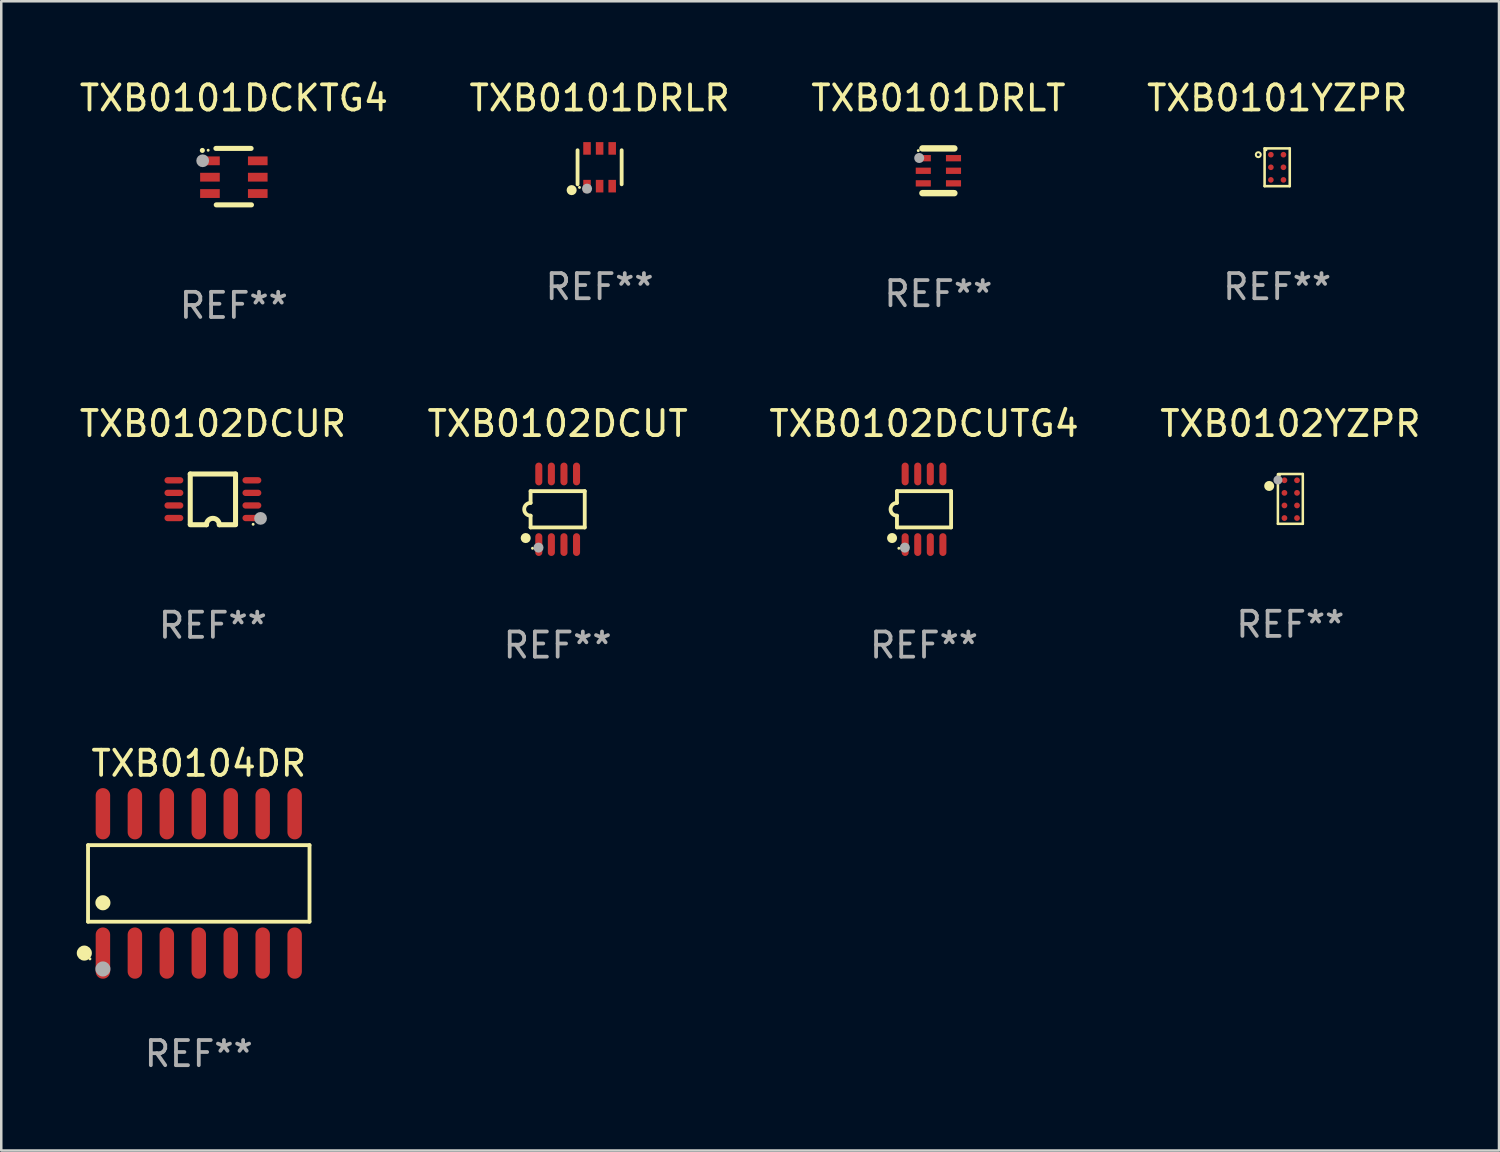
<source format=kicad_pcb>
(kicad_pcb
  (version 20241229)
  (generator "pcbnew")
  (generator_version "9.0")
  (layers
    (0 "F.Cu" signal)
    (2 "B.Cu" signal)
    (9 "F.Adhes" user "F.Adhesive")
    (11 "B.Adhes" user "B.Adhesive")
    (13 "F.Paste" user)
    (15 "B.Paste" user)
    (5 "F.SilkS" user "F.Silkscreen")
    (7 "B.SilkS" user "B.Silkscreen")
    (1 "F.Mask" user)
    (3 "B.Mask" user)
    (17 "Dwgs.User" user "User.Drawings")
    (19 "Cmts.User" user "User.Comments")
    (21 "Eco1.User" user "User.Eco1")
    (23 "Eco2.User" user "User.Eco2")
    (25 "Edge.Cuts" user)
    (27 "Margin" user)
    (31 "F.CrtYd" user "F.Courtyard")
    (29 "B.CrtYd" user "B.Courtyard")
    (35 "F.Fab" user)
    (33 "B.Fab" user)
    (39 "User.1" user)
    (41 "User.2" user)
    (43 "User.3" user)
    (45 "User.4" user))
  (footprint "TXB0101DCKTG4"
    (layer "F.Cu")
    (at 6.244 3.97)
    (property "Reference" "TXB0101DCKTG4" (at 0 -3.122 0) (layer "F.SilkS") (effects (font (size 1 1) (thickness 0.15))))
    (attr through_hole)
    (fp_line (start 0.686 -1.122) (end -0.714 -1.122) (stroke (width 0.2) (type solid)) (layer "F.SilkS"))
    (fp_line (start 0.7 1.122) (end -0.7 1.122) (stroke (width 0.2) (type solid)) (layer "F.SilkS"))
    (fp_arc (start -1.252273 -1.041897) (mid -1.252172 -1.041898) (end -1.25207 -1.041897) (stroke (width 0.2) (type solid)) (layer "F.SilkS"))
    (fp_circle (center -1.021 -1.049) (end -0.991 -1.049) (stroke (width 0.06) (type solid)) (fill no) (layer "F.SilkS"))
    (fp_circle (center -1.239 -0.631) (end -1.112 -0.631) (stroke (width 0.254) (type solid)) (fill no) (layer "F.Fab"))
    (fp_text user "REF**" (at 0 5.122 0) (layer "F.Fab") (effects (font (size 1 1) (thickness 0.15))))
    (pad "1" smd rect (at -0.95 -0.628 270) (size 0.35 0.78) (layers "F.Cu" "F.Mask" "F.Paste"))
    (pad "2" smd rect (at -0.95 0.022 270) (size 0.35 0.78) (layers "F.Cu" "F.Mask" "F.Paste"))
    (pad "3" smd rect (at -0.95 0.672 270) (size 0.35 0.78) (layers "F.Cu" "F.Mask" "F.Paste"))
    (pad "4" smd rect (at 0.95 0.672 90) (size 0.35 0.78) (layers "F.Cu" "F.Mask" "F.Paste"))
    (pad "5" smd rect (at 0.95 0.022 90) (size 0.35 0.78) (layers "F.Cu" "F.Mask" "F.Paste"))
    (pad "6" smd rect (at 0.95 -0.628 90) (size 0.35 0.78) (layers "F.Cu" "F.Mask" "F.Paste")))
  (footprint "TXB0101DRLR"
    (layer "F.Cu")
    (at 20.78 3.598)
    (property "Reference" "TXB0101DRLR" (at 0 -2.75 0) (layer "F.SilkS") (effects (font (size 1 1) (thickness 0.15))))
    (attr through_hole)
    (fp_line (start -0.876 0.676) (end -0.876 -0.676) (stroke (width 0.152) (type solid)) (layer "F.SilkS"))
    (fp_line (start 0.876 0.676) (end 0.876 -0.676) (stroke (width 0.152) (type solid)) (layer "F.SilkS"))
    (fp_circle (center -1.111 0.908) (end -1.011 0.908) (stroke (width 0.2) (type solid)) (fill no) (layer "F.SilkS"))
    (fp_circle (center -0.8 0.8) (end -0.77 0.8) (stroke (width 0.06) (type solid)) (fill no) (layer "F.SilkS"))
    (fp_circle (center -0.499 0.85) (end -0.399 0.85) (stroke (width 0.2) (type solid)) (fill no) (layer "F.Fab"))
    (fp_text user "REF**" (at 0 4.75 0) (layer "F.Fab") (effects (font (size 1 1) (thickness 0.15))))
    (pad "1" smd rect (at -0.5 0.75) (size 0.3 0.5) (layers "F.Cu" "F.Mask" "F.Paste"))
    (pad "2" smd rect (at 0 0.75) (size 0.3 0.5) (layers "F.Cu" "F.Mask" "F.Paste"))
    (pad "3" smd rect (at 0.5 0.75) (size 0.3 0.5) (layers "F.Cu" "F.Mask" "F.Paste"))
    (pad "4" smd rect (at 0.5 -0.75) (size 0.3 0.5) (layers "F.Cu" "F.Mask" "F.Paste"))
    (pad "5" smd rect (at 0 -0.75) (size 0.3 0.5) (layers "F.Cu" "F.Mask" "F.Paste"))
    (pad "6" smd rect (at -0.5 -0.75) (size 0.3 0.5) (layers "F.Cu" "F.Mask" "F.Paste")))
  (footprint "TXB0101DRLT"
    (layer "F.Cu")
    (at 34.244 3.737)
    (property "Reference" "TXB0101DRLT" (at 0 -2.889 0) (layer "F.SilkS") (effects (font (size 1 1) (thickness 0.15))))
    (attr through_hole)
    (fp_line (start -0.635 -0.889) (end 0.635 -0.889) (stroke (width 0.254) (type solid)) (layer "F.SilkS"))
    (fp_line (start -0.635 0.889) (end 0.635 0.889) (stroke (width 0.254) (type solid)) (layer "F.SilkS"))
    (fp_circle (center -0.8 -0.8) (end -0.77 -0.8) (stroke (width 0.06) (type solid)) (fill no) (layer "F.SilkS"))
    (fp_circle (center -0.762 -0.508) (end -0.662 -0.508) (stroke (width 0.2) (type solid)) (fill no) (layer "F.Fab"))
    (fp_text user "REF**" (at 0 4.889 0) (layer "F.Fab") (effects (font (size 1 1) (thickness 0.15))))
    (pad "1" smd rect (at -0.6 -0.5 270) (size 0.25 0.6) (layers "F.Cu" "F.Mask" "F.Paste"))
    (pad "2" smd rect (at -0.6 -0.000127 270) (size 0.25 0.6) (layers "F.Cu" "F.Mask" "F.Paste"))
    (pad "3" smd rect (at -0.6 0.5 270) (size 0.25 0.6) (layers "F.Cu" "F.Mask" "F.Paste"))
    (pad "4" smd rect (at 0.6 0.5 270) (size 0.25 0.6) (layers "F.Cu" "F.Mask" "F.Paste"))
    (pad "5" smd rect (at 0.6 -0.000127 270) (size 0.25 0.6) (layers "F.Cu" "F.Mask" "F.Paste"))
    (pad "6" smd rect (at 0.6 -0.5 270) (size 0.25 0.6) (layers "F.Cu" "F.Mask" "F.Paste")))
  (footprint "TXB0101YZPR"
    (layer "F.Cu")
    (at 47.708 3.598)
    (property "Reference" "TXB0101YZPR" (at 0 -2.75 0) (layer "F.SilkS") (effects (font (size 1 1) (thickness 0.15))))
    (attr through_hole)
    (fp_line (start -0.5 -0.75) (end 0.5 -0.75) (stroke (width 0.102) (type solid)) (layer "F.SilkS"))
    (fp_line (start -0.5 0.75) (end -0.5 -0.75) (stroke (width 0.102) (type solid)) (layer "F.SilkS"))
    (fp_line (start 0.5 -0.75) (end 0.5 0.75) (stroke (width 0.102) (type solid)) (layer "F.SilkS"))
    (fp_line (start 0.5 0.75) (end -0.5 0.75) (stroke (width 0.102) (type solid)) (layer "F.SilkS"))
    (fp_circle (center -0.75 -0.5) (end -0.651 -0.5) (stroke (width 0.08) (type solid)) (fill no) (layer "F.SilkS"))
    (fp_circle (center -0.444 -0.694) (end -0.414 -0.694) (stroke (width 0.06) (type solid)) (fill no) (layer "F.SilkS"))
    (fp_text user "REF**" (at 0 4.75 0) (layer "F.Fab") (effects (font (size 1 1) (thickness 0.15))))
    (pad "A1" smd circle (at -0.25 -0.5) (size 0.225 0.225) (layers "F.Cu" "F.Mask" "F.Paste"))
    (pad "A2" smd circle (at 0.25 -0.5) (size 0.225 0.225) (layers "F.Cu" "F.Mask" "F.Paste"))
    (pad "B1" smd circle (at -0.25 0.000381) (size 0.225 0.225) (layers "F.Cu" "F.Mask" "F.Paste"))
    (pad "B2" smd circle (at 0.25 0.000381) (size 0.225 0.225) (layers "F.Cu" "F.Mask" "F.Paste"))
    (pad "C1" smd circle (at -0.25 0.501) (size 0.225 0.225) (layers "F.Cu" "F.Mask" "F.Paste"))
    (pad "C2" smd circle (at 0.25 0.501) (size 0.225 0.225) (layers "F.Cu" "F.Mask" "F.Paste")))
  (footprint "TXB0102YZPR"
    (layer "F.Cu")
    (at 48.232 16.778)
    (property "Reference" "TXB0102YZPR" (at 0 -2.99 0) (layer "F.SilkS") (effects (font (size 1 1) (thickness 0.15))))
    (attr through_hole)
    (fp_line (start -0.495 0.99) (end -0.495 -0.98) (stroke (width 0.1) (type solid)) (layer "F.SilkS"))
    (fp_line (start -0.475 -0.99) (end 0.495 -0.99) (stroke (width 0.1) (type solid)) (layer "F.SilkS"))
    (fp_line (start 0.495 -0.99) (end 0.495 0.99) (stroke (width 0.1) (type solid)) (layer "F.SilkS"))
    (fp_line (start 0.495 0.99) (end -0.495 0.99) (stroke (width 0.1) (type solid)) (layer "F.SilkS"))
    (fp_circle (center -0.841 -0.515) (end -0.741 -0.515) (stroke (width 0.2) (type solid)) (fill no) (layer "F.SilkS"))
    (fp_circle (center -0.435 -0.94) (end -0.405 -0.94) (stroke (width 0.06) (type solid)) (fill no) (layer "F.SilkS"))
    (fp_circle (center -0.493 -0.752) (end -0.403 -0.752) (stroke (width 0.18) (type solid)) (fill no) (layer "F.Fab"))
    (fp_text user "REF**" (at 0 4.99 0) (layer "F.Fab") (effects (font (size 1 1) (thickness 0.15))))
    (pad "A1" smd circle (at -0.235 -0.74) (size 0.23 0.23) (layers "F.Cu" "F.Mask" "F.Paste"))
    (pad "A2" smd circle (at 0.265 -0.74) (size 0.23 0.23) (layers "F.Cu" "F.Mask" "F.Paste"))
    (pad "B1" smd circle (at -0.235 -0.24) (size 0.23 0.23) (layers "F.Cu" "F.Mask" "F.Paste"))
    (pad "B2" smd circle (at 0.265 -0.24) (size 0.23 0.23) (layers "F.Cu" "F.Mask" "F.Paste"))
    (pad "C1" smd circle (at -0.235 0.26) (size 0.23 0.23) (layers "F.Cu" "F.Mask" "F.Paste"))
    (pad "C2" smd circle (at 0.265 0.26) (size 0.23 0.23) (layers "F.Cu" "F.Mask" "F.Paste"))
    (pad "D1" smd circle (at -0.235 0.76) (size 0.23 0.23) (layers "F.Cu" "F.Mask" "F.Paste"))
    (pad "D2" smd circle (at 0.265 0.76) (size 0.23 0.23) (layers "F.Cu" "F.Mask" "F.Paste")))
  (footprint "TXB0104DR"
    (layer "F.Cu")
    (at 4.85 32.059)
    (property "Reference" "TXB0104DR" (at 0 -4.769 0) (layer "F.SilkS") (effects (font (size 1 1) (thickness 0.15))))
    (attr through_hole)
    (fp_line (start -4.401 -1.521) (end 4.401 -1.521) (stroke (width 0.152) (type solid)) (layer "F.SilkS"))
    (fp_line (start -4.401 1.521) (end -4.401 -1.521) (stroke (width 0.152) (type solid)) (layer "F.SilkS"))
    (fp_line (start 4.401 -1.521) (end 4.401 1.521) (stroke (width 0.152) (type solid)) (layer "F.SilkS"))
    (fp_line (start 4.401 1.521) (end -4.401 1.521) (stroke (width 0.152) (type solid)) (layer "F.SilkS"))
    (fp_circle (center -4.549 2.769) (end -4.399 2.769) (stroke (width 0.3) (type solid)) (fill no) (layer "F.SilkS"))
    (fp_circle (center -4.325 3) (end -4.295 3) (stroke (width 0.06) (type solid)) (fill no) (layer "F.SilkS"))
    (fp_circle (center -3.81 0.769) (end -3.66 0.769) (stroke (width 0.3) (type solid)) (fill no) (layer "F.SilkS"))
    (fp_circle (center -3.81 3.4) (end -3.66 3.4) (stroke (width 0.3) (type solid)) (fill no) (layer "F.Fab"))
    (fp_text user "REF**" (at 0 6.769 0) (layer "F.Fab") (effects (font (size 1 1) (thickness 0.15))))
    (pad "1" smd oval (at -3.81 2.769) (size 0.574 2.038) (layers "F.Cu" "F.Mask" "F.Paste"))
    (pad "2" smd oval (at -2.54 2.769) (size 0.574 2.038) (layers "F.Cu" "F.Mask" "F.Paste"))
    (pad "3" smd oval (at -1.27 2.769) (size 0.574 2.038) (layers "F.Cu" "F.Mask" "F.Paste"))
    (pad "4" smd oval (at 0 2.769) (size 0.574 2.038) (layers "F.Cu" "F.Mask" "F.Paste"))
    (pad "5" smd oval (at 1.27 2.769) (size 0.574 2.038) (layers "F.Cu" "F.Mask" "F.Paste"))
    (pad "6" smd oval (at 2.54 2.769) (size 0.574 2.038) (layers "F.Cu" "F.Mask" "F.Paste"))
    (pad "7" smd oval (at 3.81 2.769) (size 0.574 2.038) (layers "F.Cu" "F.Mask" "F.Paste"))
    (pad "8" smd oval (at 3.81 -2.769) (size 0.574 2.038) (layers "F.Cu" "F.Mask" "F.Paste"))
    (pad "9" smd oval (at 2.54 -2.769) (size 0.574 2.038) (layers "F.Cu" "F.Mask" "F.Paste"))
    (pad "10" smd oval (at 1.27 -2.769) (size 0.574 2.038) (layers "F.Cu" "F.Mask" "F.Paste"))
    (pad "11" smd oval (at 0 -2.769) (size 0.574 2.038) (layers "F.Cu" "F.Mask" "F.Paste"))
    (pad "12" smd oval (at -1.27 -2.769) (size 0.574 2.038) (layers "F.Cu" "F.Mask" "F.Paste"))
    (pad "13" smd oval (at -2.54 -2.769) (size 0.574 2.038) (layers "F.Cu" "F.Mask" "F.Paste"))
    (pad "14" smd oval (at -3.81 -2.769) (size 0.574 2.038) (layers "F.Cu" "F.Mask" "F.Paste")))
  (footprint "TXB0102DCUR"
    (layer "F.Cu")
    (at 5.411 16.796)
    (property "Reference" "TXB0102DCUR" (at 0 -3.008 0) (layer "F.SilkS") (effects (font (size 1 1) (thickness 0.15))))
    (attr through_hole)
    (fp_line (start -0.9 -1.008) (end -0.9 0.992) (stroke (width 0.2) (type solid)) (layer "F.SilkS"))
    (fp_line (start -0.254 1.008) (end -0.9 1.008) (stroke (width 0.2) (type solid)) (layer "F.SilkS"))
    (fp_line (start 0.254 1.008) (end 0.9 1.008) (stroke (width 0.2) (type solid)) (layer "F.SilkS"))
    (fp_line (start 0.9 -1.008) (end -0.9 -1.008) (stroke (width 0.2) (type solid)) (layer "F.SilkS"))
    (fp_line (start 0.9 0.992) (end 0.9 -1.008) (stroke (width 0.2) (type solid)) (layer "F.SilkS"))
    (fp_arc (start -0.254128 1.007976) (mid -0.000127 0.753975) (end 0.253874 1.007976) (stroke (width 0.2) (type solid)) (layer "F.SilkS"))
    (fp_circle (center 1.599 0.99) (end 1.629 0.99) (stroke (width 0.06) (type solid)) (fill no) (layer "F.SilkS"))
    (fp_circle (center 1.894 0.756) (end 2.021 0.756) (stroke (width 0.254) (type solid)) (fill no) (layer "F.Fab"))
    (fp_text user "REF**" (at 0 5.008 0) (layer "F.Fab") (effects (font (size 1 1) (thickness 0.15))))
    (pad "1" smd oval (at 1.55 0.742) (size 0.75 0.25) (layers "F.Cu" "F.Mask" "F.Paste"))
    (pad "2" smd oval (at 1.55 0.242) (size 0.75 0.25) (layers "F.Cu" "F.Mask" "F.Paste"))
    (pad "3" smd oval (at 1.55 -0.258) (size 0.75 0.25) (layers "F.Cu" "F.Mask" "F.Paste"))
    (pad "4" smd oval (at 1.55 -0.758) (size 0.75 0.25) (layers "F.Cu" "F.Mask" "F.Paste"))
    (pad "5" smd oval (at -1.55 -0.758) (size 0.75 0.25) (layers "F.Cu" "F.Mask" "F.Paste"))
    (pad "6" smd oval (at -1.55 -0.258) (size 0.75 0.25) (layers "F.Cu" "F.Mask" "F.Paste"))
    (pad "7" smd oval (at -1.55 0.242) (size 0.75 0.25) (layers "F.Cu" "F.Mask" "F.Paste"))
    (pad "8" smd oval (at -1.55 0.742) (size 0.75 0.25) (layers "F.Cu" "F.Mask" "F.Paste")))
  (footprint "TXB0102DCUTG4"
    (layer "F.Cu")
    (at 33.673 17.19)
    (property "Reference" "TXB0102DCUTG4" (at 0 -3.403 0) (layer "F.SilkS") (effects (font (size 1 1) (thickness 0.15))))
    (attr through_hole)
    (fp_line (start -1.076 -0.721) (end 1.076 -0.721) (stroke (width 0.152) (type solid)) (layer "F.SilkS"))
    (fp_line (start -1.076 -0.254) (end -1.076 -0.721) (stroke (width 0.152) (type solid)) (layer "F.SilkS"))
    (fp_line (start -1.076 0.254) (end -1.076 0.721) (stroke (width 0.152) (type solid)) (layer "F.SilkS"))
    (fp_line (start 1.076 -0.721) (end 1.076 0.721) (stroke (width 0.152) (type solid)) (layer "F.SilkS"))
    (fp_line (start 1.076 0.721) (end -1.076 0.721) (stroke (width 0.152) (type solid)) (layer "F.SilkS"))
    (fp_arc (start -1.076226 0.254051) (mid -1.330226 0.000051) (end -1.076226 -0.253949) (stroke (width 0.151994) (type solid)) (layer "F.SilkS"))
    (fp_circle (center -1.27 1.143) (end -1.17 1.143) (stroke (width 0.2) (type solid)) (fill no) (layer "F.SilkS"))
    (fp_circle (center -1 1.55) (end -0.97 1.55) (stroke (width 0.06) (type solid)) (fill no) (layer "F.SilkS"))
    (fp_circle (center -0.762 1.524) (end -0.662 1.524) (stroke (width 0.2) (type solid)) (fill no) (layer "F.Fab"))
    (fp_text user "REF**" (at 0 5.403 0) (layer "F.Fab") (effects (font (size 1 1) (thickness 0.15))))
    (pad "1" smd oval (at -0.75 1.403) (size 0.28 0.905) (layers "F.Cu" "F.Mask" "F.Paste"))
    (pad "2" smd oval (at -0.25 1.403) (size 0.28 0.905) (layers "F.Cu" "F.Mask" "F.Paste"))
    (pad "3" smd oval (at 0.25 1.403) (size 0.28 0.905) (layers "F.Cu" "F.Mask" "F.Paste"))
    (pad "4" smd oval (at 0.75 1.403) (size 0.28 0.905) (layers "F.Cu" "F.Mask" "F.Paste"))
    (pad "5" smd oval (at 0.75 -1.403) (size 0.28 0.905) (layers "F.Cu" "F.Mask" "F.Paste"))
    (pad "6" smd oval (at 0.25 -1.403) (size 0.28 0.905) (layers "F.Cu" "F.Mask" "F.Paste"))
    (pad "7" smd oval (at -0.25 -1.403) (size 0.28 0.905) (layers "F.Cu" "F.Mask" "F.Paste"))
    (pad "8" smd oval (at -0.75 -1.403) (size 0.28 0.905) (layers "F.Cu" "F.Mask" "F.Paste")))
  (footprint "TXB0102DCUT"
    (layer "F.Cu")
    (at 19.113 17.19)
    (property "Reference" "TXB0102DCUT" (at 0 -3.403 0) (layer "F.SilkS") (effects (font (size 1 1) (thickness 0.15))))
    (attr through_hole)
    (fp_line (start -1.076 -0.721) (end 1.076 -0.721) (stroke (width 0.152) (type solid)) (layer "F.SilkS"))
    (fp_line (start -1.076 -0.254) (end -1.076 -0.721) (stroke (width 0.152) (type solid)) (layer "F.SilkS"))
    (fp_line (start -1.076 0.254) (end -1.076 0.721) (stroke (width 0.152) (type solid)) (layer "F.SilkS"))
    (fp_line (start 1.076 -0.721) (end 1.076 0.721) (stroke (width 0.152) (type solid)) (layer "F.SilkS"))
    (fp_line (start 1.076 0.721) (end -1.076 0.721) (stroke (width 0.152) (type solid)) (layer "F.SilkS"))
    (fp_arc (start -1.076226 0.254051) (mid -1.330226 0.000051) (end -1.076226 -0.253949) (stroke (width 0.151994) (type solid)) (layer "F.SilkS"))
    (fp_circle (center -1.27 1.143) (end -1.17 1.143) (stroke (width 0.2) (type solid)) (fill no) (layer "F.SilkS"))
    (fp_circle (center -1 1.55) (end -0.97 1.55) (stroke (width 0.06) (type solid)) (fill no) (layer "F.SilkS"))
    (fp_circle (center -0.762 1.524) (end -0.662 1.524) (stroke (width 0.2) (type solid)) (fill no) (layer "F.Fab"))
    (fp_text user "REF**" (at 0 5.403 0) (layer "F.Fab") (effects (font (size 1 1) (thickness 0.15))))
    (pad "1" smd oval (at -0.75 1.403) (size 0.28 0.905) (layers "F.Cu" "F.Mask" "F.Paste"))
    (pad "2" smd oval (at -0.25 1.403) (size 0.28 0.905) (layers "F.Cu" "F.Mask" "F.Paste"))
    (pad "3" smd oval (at 0.25 1.403) (size 0.28 0.905) (layers "F.Cu" "F.Mask" "F.Paste"))
    (pad "4" smd oval (at 0.75 1.403) (size 0.28 0.905) (layers "F.Cu" "F.Mask" "F.Paste"))
    (pad "5" smd oval (at 0.75 -1.403) (size 0.28 0.905) (layers "F.Cu" "F.Mask" "F.Paste"))
    (pad "6" smd oval (at 0.25 -1.403) (size 0.28 0.905) (layers "F.Cu" "F.Mask" "F.Paste"))
    (pad "7" smd oval (at -0.25 -1.403) (size 0.28 0.905) (layers "F.Cu" "F.Mask" "F.Paste"))
    (pad "8" smd oval (at -0.75 -1.403) (size 0.28 0.905) (layers "F.Cu" "F.Mask" "F.Paste")))
  (gr_rect
    (start -3 -3)
    (end 56.524 42.676)
    (stroke (width 0.1) (type default))
    (fill no)
    (layer "Edge.Cuts")))
</source>
